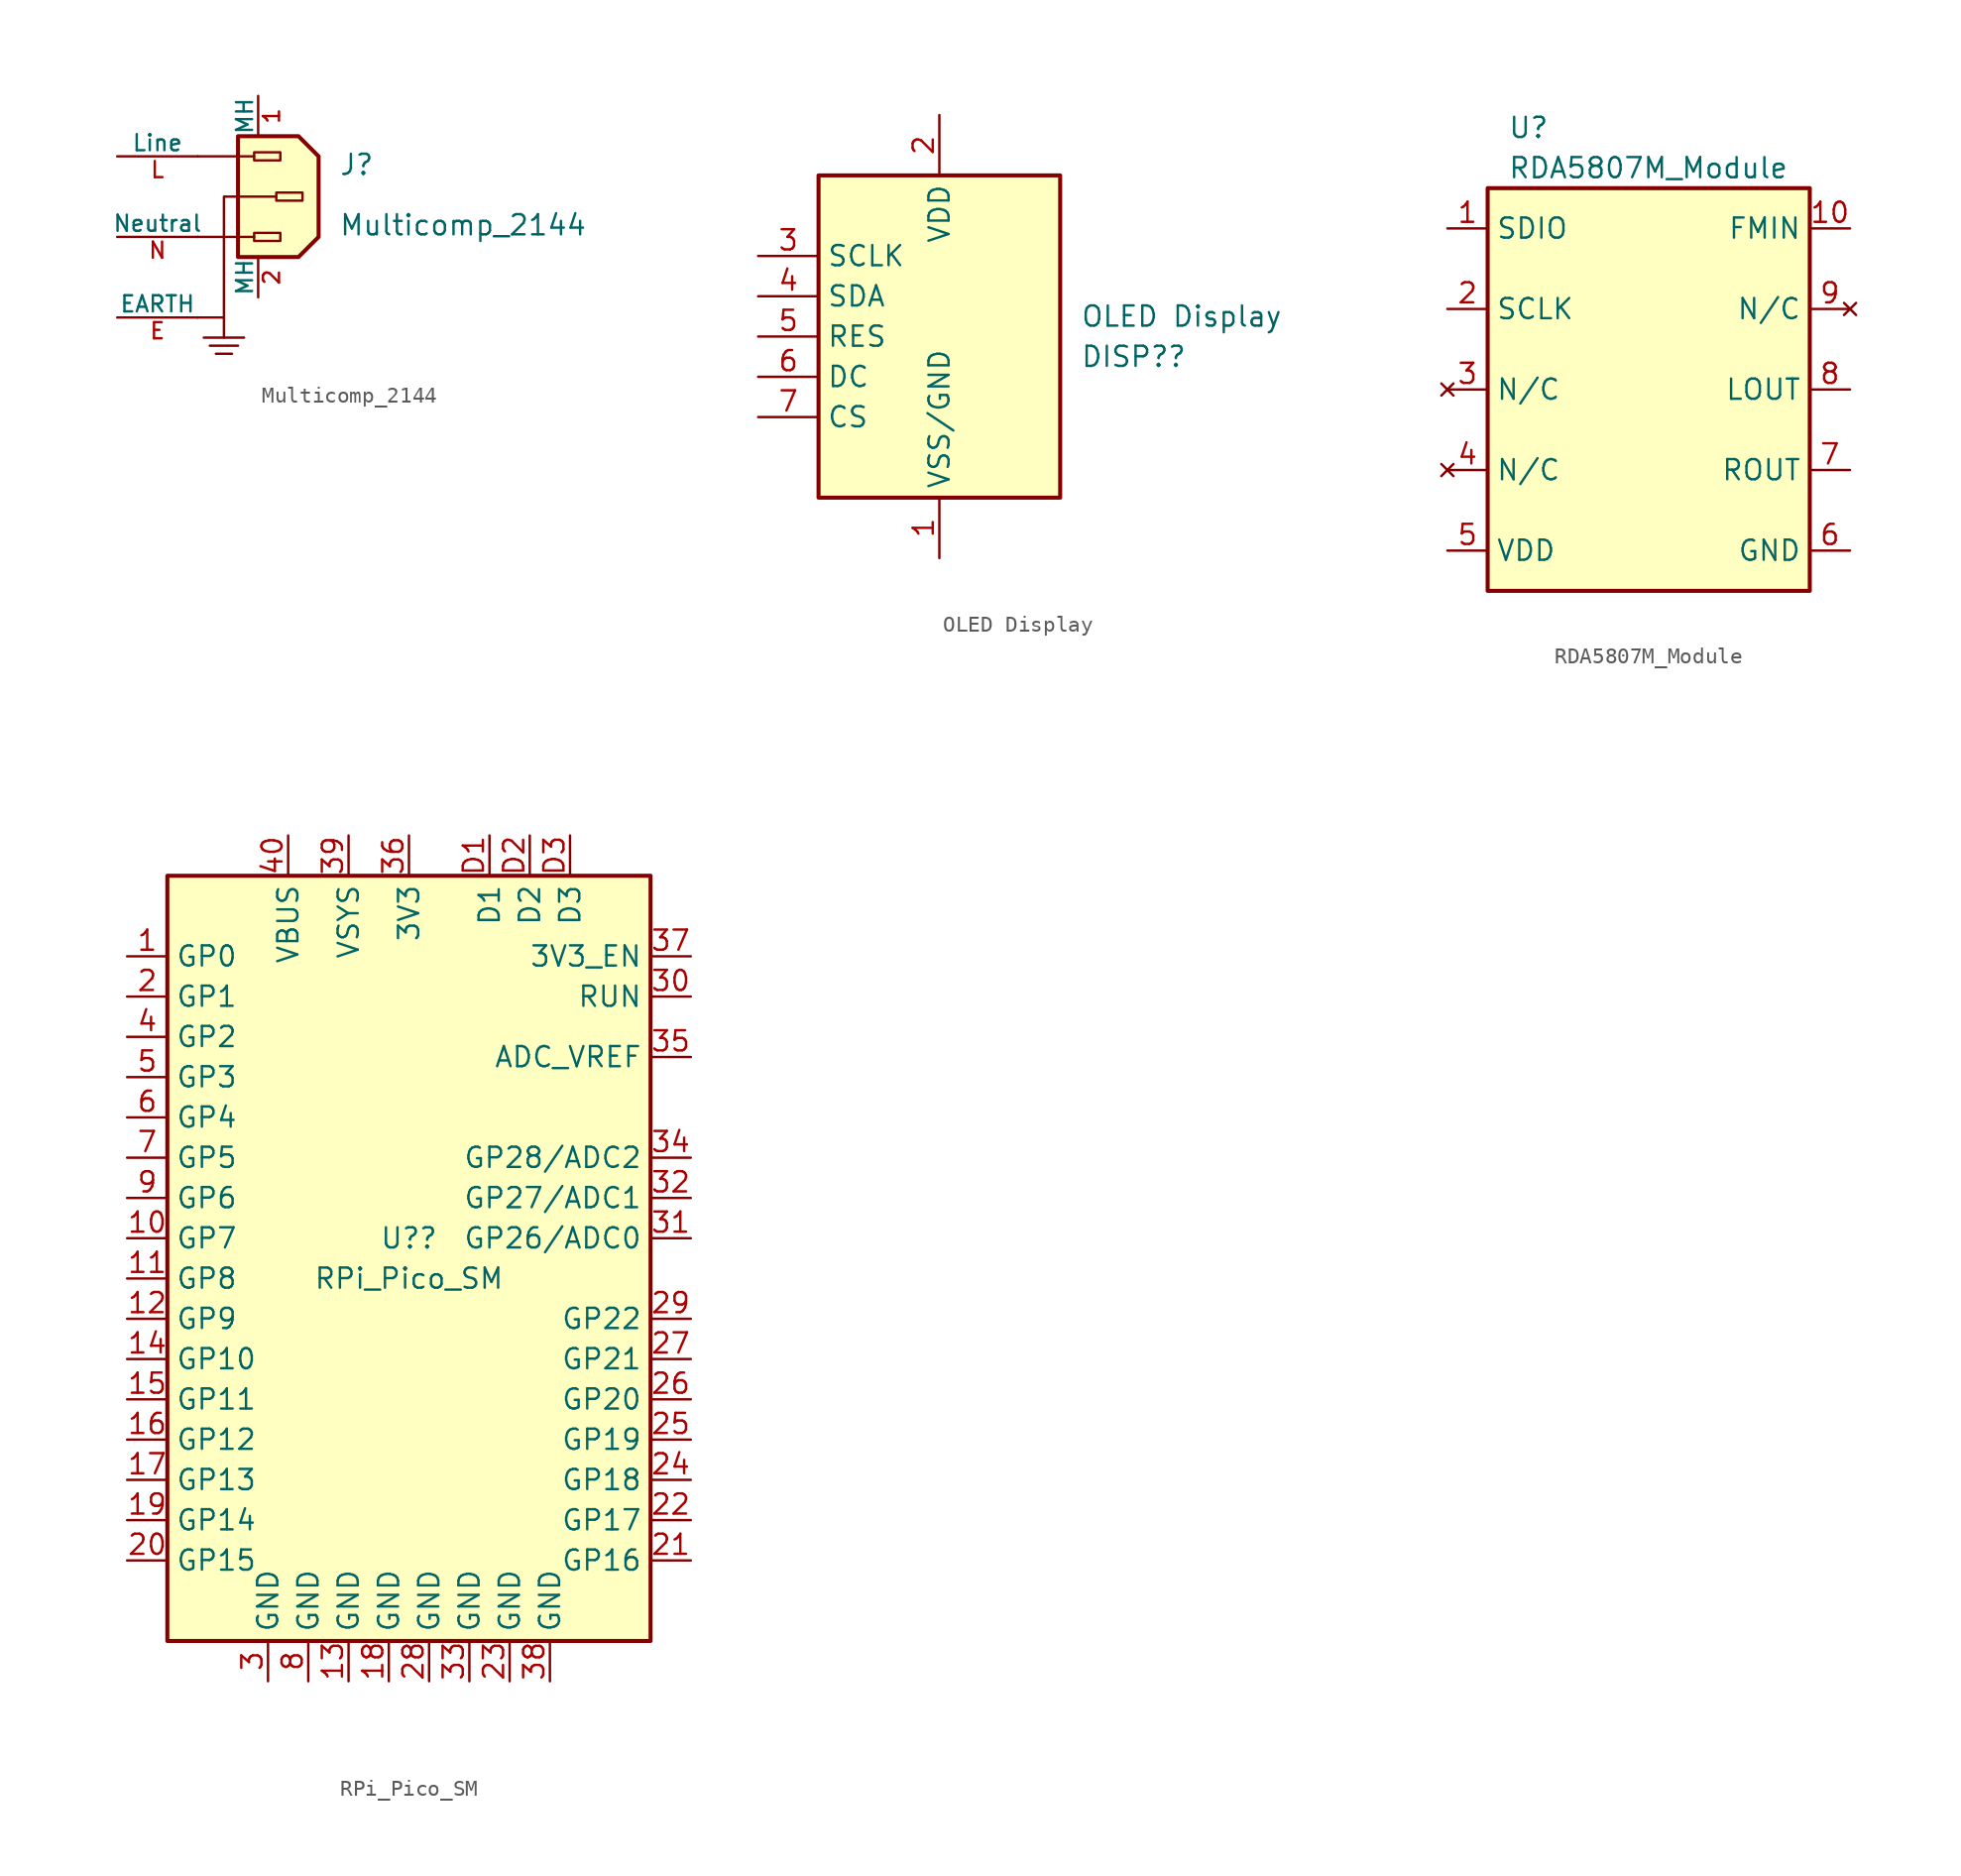
<source format=kicad_sym>
(kicad_symbol_lib
  (version 20201005)
  (generator kicad_symbol_editor)
  (symbol "Multicomp_2144"
    (pin_names
      (offset 0))
    (property "Reference" "J"
      (at 8.89 3.81 0)
      (effects (font (size 1.27 1.27)) (justify left bottom)))
    (property "Value" "Multicomp_2144"
      (at 8.89 0 0)
      (effects (font (size 1.27 1.27)) (justify left bottom)))
    (symbol "Multicomp_2144_0_1"
      (polyline (pts (xy 0.381 -6.35) (xy 2.921 -6.35)) (stroke (width 0) (type default)) (fill (type none)))
      (polyline (pts (xy 1.651 -5.08) (xy 1.651 -6.35)) (stroke (width 0) (type default)) (fill (type none)))
      (polyline (pts (xy 2.159 -7.366) (xy 1.143 -7.366)) (stroke (width 0) (type default)) (fill (type none)))
      (polyline (pts (xy 2.54 -6.858) (xy 0.762 -6.858)) (stroke (width 0) (type default)) (fill (type none)))
      (polyline (pts (xy 3.556 0) (xy 0 0)) (stroke (width 0) (type default)) (fill (type none)))
      (polyline (pts (xy 3.556 5.08) (xy 0 5.08)) (stroke (width 0) (type default)) (fill (type none)))
      (polyline (pts (xy 0 -5.08) (xy 1.651 -5.08) (xy 1.651 2.54) (xy 4.953 2.54)) (stroke (width 0) (type default)) (fill (type none)))
      (polyline (pts (xy 2.54 6.35) (xy 6.35 6.35) (xy 7.62 5.08) (xy 7.62 0) (xy 6.35 -1.27) (xy 2.54 -1.27) (xy 2.54 6.35)) (stroke (width 0.254) (type default)) (fill (type background)))
      (rectangle (start 5.207 -0.254) (end 3.556 0.254) (stroke (width 0) (type default)) (fill (type none)))
      (rectangle (start 5.207 4.826) (end 3.556 5.334) (stroke (width 0) (type default)) (fill (type none)))
      (rectangle (start 6.604 2.286) (end 4.953 2.794) (stroke (width 0) (type default)) (fill (type none))))
    (symbol "Multicomp_2144_1_1"
      (pin passive line (at 3.81 8.89 270) (length 2.54) (name "MH" (effects (font (size 1.016 1.016)))) (number "1" (effects (font (size 1.016 1.016)))))
      (pin passive line (at 3.81 -3.81 90) (length 2.54) (name "MH" (effects (font (size 1.016 1.016)))) (number "2" (effects (font (size 1.016 1.016)))))
      (pin passive line (at -5.08 -5.08 0) (length 5.08) (name "EARTH" (effects (font (size 1.016 1.016)))) (number "E" (effects (font (size 1.016 1.016)))))
      (pin power_in line (at -5.08 5.08 0) (length 5.08) (name "Line" (effects (font (size 1.016 1.016)))) (number "L" (effects (font (size 1.016 1.016)))))
      (pin power_in line (at -5.08 0 0) (length 5.08) (name "Neutral" (effects (font (size 1.016 1.016)))) (number "N" (effects (font (size 1.016 1.016)))))))
  (symbol "OLED Display"
    (property "Reference" "DISP?"
      (at 8.89 -1.27 0)
      (effects (font (size 1.27 1.27)) (justify left)))
    (property "Value" "OLED Display"
      (at 8.89 1.27 0)
      (effects (font (size 1.27 1.27)) (justify left)))
    (symbol "OLED Display_1_1"
      (rectangle (start -7.62 10.16) (end 7.62 -10.16) (stroke (width 0.254) (type default)) (fill (type background)))
      (pin power_in line (at 0 -13.97 90) (length 3.81) (name "VSS/GND" (effects (font (size 1.27 1.27)))) (number "1" (effects (font (size 1.27 1.27)))))
      (pin power_in line (at 0 13.97 270) (length 3.81) (name "VDD" (effects (font (size 1.27 1.27)))) (number "2" (effects (font (size 1.27 1.27)))))
      (pin input line (at -11.43 5.08 0) (length 3.81) (name "SCLK" (effects (font (size 1.27 1.27)))) (number "3" (effects (font (size 1.27 1.27)))))
      (pin output line (at -11.43 2.54 0) (length 3.81) (name "SDA" (effects (font (size 1.27 1.27)))) (number "4" (effects (font (size 1.27 1.27)))))
      (pin input line (at -11.43 0 0) (length 3.81) (name "RES" (effects (font (size 1.27 1.27)))) (number "5" (effects (font (size 1.27 1.27)))))
      (pin input line (at -11.43 -2.54 0) (length 3.81) (name "DC" (effects (font (size 1.27 1.27)))) (number "6" (effects (font (size 1.27 1.27)))))
      (pin input line (at -11.43 -5.08 0) (length 3.81) (name "CS" (effects (font (size 1.27 1.27)))) (number "7" (effects (font (size 1.27 1.27)))))))
  (symbol "RDA5807M_Module"
    (property "Reference" "U"
      (at -8.89 16.51 0)
      (effects (font (size 1.27 1.27)) (justify left)))
    (property "Value" "RDA5807M_Module"
      (at -8.89 13.97 0)
      (effects (font (size 1.27 1.27)) (justify left)))
    (symbol "RDA5807M_Module_0_1"
      (rectangle (start -10.16 12.7) (end 10.16 -12.7) (stroke (width 0.254) (type default)) (fill (type background))))
    (symbol "RDA5807M_Module_1_1"
      (pin bidirectional line (at -12.7 10.16 0) (length 2.54) (name "SDIO" (effects (font (size 1.27 1.27)))) (number "1" (effects (font (size 1.27 1.27)))))
      (pin input line (at 12.7 10.16 180) (length 2.54) (name "FMIN" (effects (font (size 1.27 1.27)))) (number "10" (effects (font (size 1.27 1.27)))))
      (pin input line (at -12.7 5.08 0) (length 2.54) (name "SCLK" (effects (font (size 1.27 1.27)))) (number "2" (effects (font (size 1.27 1.27)))))
      (pin no_connect line (at -12.7 0 0) (length 2.54) (name "N/C" (effects (font (size 1.27 1.27)))) (number "3" (effects (font (size 1.27 1.27)))))
      (pin no_connect line (at -12.7 -5.08 0) (length 2.54) (name "N/C" (effects (font (size 1.27 1.27)))) (number "4" (effects (font (size 1.27 1.27)))))
      (pin power_in line (at -12.7 -10.16 0) (length 2.54) (name "VDD" (effects (font (size 1.27 1.27)))) (number "5" (effects (font (size 1.27 1.27)))))
      (pin power_in line (at 12.7 -10.16 180) (length 2.54) (name "GND" (effects (font (size 1.27 1.27)))) (number "6" (effects (font (size 1.27 1.27)))))
      (pin output line (at 12.7 -5.08 180) (length 2.54) (name "ROUT" (effects (font (size 1.27 1.27)))) (number "7" (effects (font (size 1.27 1.27)))))
      (pin output line (at 12.7 0 180) (length 2.54) (name "LOUT" (effects (font (size 1.27 1.27)))) (number "8" (effects (font (size 1.27 1.27)))))
      (pin no_connect line (at 12.7 5.08 180) (length 2.54) (name "N/C" (effects (font (size 1.27 1.27)))) (number "9" (effects (font (size 1.27 1.27)))))))
  (symbol "RPi_Pico_SM"
    (property "Reference" "U?"
      (at 0 1.27 0)
      (effects (font (size 1.27 1.27))))
    (property "Value" "RPi_Pico_SM"
      (at 0 -1.27 0)
      (effects (font (size 1.27 1.27))))
    (symbol "RPi_Pico_SM_0_1"
      (rectangle (start -15.24 24.13) (end 15.24 -24.13) (stroke (width 0.254) (type default)) (fill (type background))))
    (symbol "RPi_Pico_SM_1_1"
      (pin bidirectional line (at -17.78 19.05 0) (length 2.54) (name "GP0" (effects (font (size 1.27 1.27)))) (number "1" (effects (font (size 1.27 1.27)))))
      (pin bidirectional line (at -17.78 1.27 0) (length 2.54) (name "GP7" (effects (font (size 1.27 1.27)))) (number "10" (effects (font (size 1.27 1.27)))))
      (pin bidirectional line (at -17.78 -1.27 0) (length 2.54) (name "GP8" (effects (font (size 1.27 1.27)))) (number "11" (effects (font (size 1.27 1.27)))))
      (pin bidirectional line (at -17.78 -3.81 0) (length 2.54) (name "GP9" (effects (font (size 1.27 1.27)))) (number "12" (effects (font (size 1.27 1.27)))))
      (pin power_in line (at -3.81 -26.67 90) (length 2.54) (name "GND" (effects (font (size 1.27 1.27)))) (number "13" (effects (font (size 1.27 1.27)))))
      (pin bidirectional line (at -17.78 -6.35 0) (length 2.54) (name "GP10" (effects (font (size 1.27 1.27)))) (number "14" (effects (font (size 1.27 1.27)))))
      (pin bidirectional line (at -17.78 -8.89 0) (length 2.54) (name "GP11" (effects (font (size 1.27 1.27)))) (number "15" (effects (font (size 1.27 1.27)))))
      (pin bidirectional line (at -17.78 -11.43 0) (length 2.54) (name "GP12" (effects (font (size 1.27 1.27)))) (number "16" (effects (font (size 1.27 1.27)))))
      (pin bidirectional line (at -17.78 -13.97 0) (length 2.54) (name "GP13" (effects (font (size 1.27 1.27)))) (number "17" (effects (font (size 1.27 1.27)))))
      (pin power_in line (at -1.27 -26.67 90) (length 2.54) (name "GND" (effects (font (size 1.27 1.27)))) (number "18" (effects (font (size 1.27 1.27)))))
      (pin bidirectional line (at -17.78 -16.51 0) (length 2.54) (name "GP14" (effects (font (size 1.27 1.27)))) (number "19" (effects (font (size 1.27 1.27)))))
      (pin bidirectional line (at -17.78 16.51 0) (length 2.54) (name "GP1" (effects (font (size 1.27 1.27)))) (number "2" (effects (font (size 1.27 1.27)))))
      (pin bidirectional line (at -17.78 -19.05 0) (length 2.54) (name "GP15" (effects (font (size 1.27 1.27)))) (number "20" (effects (font (size 1.27 1.27)))))
      (pin bidirectional line (at 17.78 -19.05 180) (length 2.54) (name "GP16" (effects (font (size 1.27 1.27)))) (number "21" (effects (font (size 1.27 1.27)))))
      (pin bidirectional line (at 17.78 -16.51 180) (length 2.54) (name "GP17" (effects (font (size 1.27 1.27)))) (number "22" (effects (font (size 1.27 1.27)))))
      (pin power_in line (at 6.35 -26.67 90) (length 2.54) (name "GND" (effects (font (size 1.27 1.27)))) (number "23" (effects (font (size 1.27 1.27)))))
      (pin bidirectional line (at 17.78 -13.97 180) (length 2.54) (name "GP18" (effects (font (size 1.27 1.27)))) (number "24" (effects (font (size 1.27 1.27)))))
      (pin bidirectional line (at 17.78 -11.43 180) (length 2.54) (name "GP19" (effects (font (size 1.27 1.27)))) (number "25" (effects (font (size 1.27 1.27)))))
      (pin bidirectional line (at 17.78 -8.89 180) (length 2.54) (name "GP20" (effects (font (size 1.27 1.27)))) (number "26" (effects (font (size 1.27 1.27)))))
      (pin bidirectional line (at 17.78 -6.35 180) (length 2.54) (name "GP21" (effects (font (size 1.27 1.27)))) (number "27" (effects (font (size 1.27 1.27)))))
      (pin power_in line (at 1.27 -26.67 90) (length 2.54) (name "GND" (effects (font (size 1.27 1.27)))) (number "28" (effects (font (size 1.27 1.27)))))
      (pin bidirectional line (at 17.78 -3.81 180) (length 2.54) (name "GP22" (effects (font (size 1.27 1.27)))) (number "29" (effects (font (size 1.27 1.27)))))
      (pin power_in line (at -8.89 -26.67 90) (length 2.54) (name "GND" (effects (font (size 1.27 1.27)))) (number "3" (effects (font (size 1.27 1.27)))))
      (pin input line (at 17.78 16.51 180) (length 2.54) (name "RUN" (effects (font (size 1.27 1.27)))) (number "30" (effects (font (size 1.27 1.27)))))
      (pin bidirectional line (at 17.78 1.27 180) (length 2.54) (name "GP26/ADC0" (effects (font (size 1.27 1.27)))) (number "31" (effects (font (size 1.27 1.27)))))
      (pin bidirectional line (at 17.78 3.81 180) (length 2.54) (name "GP27/ADC1" (effects (font (size 1.27 1.27)))) (number "32" (effects (font (size 1.27 1.27)))))
      (pin power_in line (at 3.81 -26.67 90) (length 2.54) (name "GND" (effects (font (size 1.27 1.27)))) (number "33" (effects (font (size 1.27 1.27)))))
      (pin bidirectional line (at 17.78 6.35 180) (length 2.54) (name "GP28/ADC2" (effects (font (size 1.27 1.27)))) (number "34" (effects (font (size 1.27 1.27)))))
      (pin power_in line (at 17.78 12.7 180) (length 2.54) (name "ADC_VREF" (effects (font (size 1.27 1.27)))) (number "35" (effects (font (size 1.27 1.27)))))
      (pin power_out line (at 0 26.67 270) (length 2.54) (name "3V3" (effects (font (size 1.27 1.27)))) (number "36" (effects (font (size 1.27 1.27)))))
      (pin input line (at 17.78 19.05 180) (length 2.54) (name "3V3_EN" (effects (font (size 1.27 1.27)))) (number "37" (effects (font (size 1.27 1.27)))))
      (pin power_in line (at 8.89 -26.67 90) (length 2.54) (name "GND" (effects (font (size 1.27 1.27)))) (number "38" (effects (font (size 1.27 1.27)))))
      (pin power_out line (at -3.81 26.67 270) (length 2.54) (name "VSYS" (effects (font (size 1.27 1.27)))) (number "39" (effects (font (size 1.27 1.27)))))
      (pin bidirectional line (at -17.78 13.97 0) (length 2.54) (name "GP2" (effects (font (size 1.27 1.27)))) (number "4" (effects (font (size 1.27 1.27)))))
      (pin power_in line (at -7.62 26.67 270) (length 2.54) (name "VBUS" (effects (font (size 1.27 1.27)))) (number "40" (effects (font (size 1.27 1.27)))))
      (pin bidirectional line (at -17.78 11.43 0) (length 2.54) (name "GP3" (effects (font (size 1.27 1.27)))) (number "5" (effects (font (size 1.27 1.27)))))
      (pin bidirectional line (at -17.78 8.89 0) (length 2.54) (name "GP4" (effects (font (size 1.27 1.27)))) (number "6" (effects (font (size 1.27 1.27)))))
      (pin bidirectional line (at -17.78 6.35 0) (length 2.54) (name "GP5" (effects (font (size 1.27 1.27)))) (number "7" (effects (font (size 1.27 1.27)))))
      (pin power_in line (at -6.35 -26.67 90) (length 2.54) (name "GND" (effects (font (size 1.27 1.27)))) (number "8" (effects (font (size 1.27 1.27)))))
      (pin bidirectional line (at -17.78 3.81 0) (length 2.54) (name "GP6" (effects (font (size 1.27 1.27)))) (number "9" (effects (font (size 1.27 1.27)))))
      (pin bidirectional line (at 5.08 26.67 270) (length 2.54) (name "D1" (effects (font (size 1.27 1.27)))) (number "D1" (effects (font (size 1.27 1.27)))))
      (pin bidirectional line (at 7.62 26.67 270) (length 2.54) (name "D2" (effects (font (size 1.27 1.27)))) (number "D2" (effects (font (size 1.27 1.27)))))
      (pin bidirectional line (at 10.16 26.67 270) (length 2.54) (name "D3" (effects (font (size 1.27 1.27)))) (number "D3" (effects (font (size 1.27 1.27))))))))
</source>
